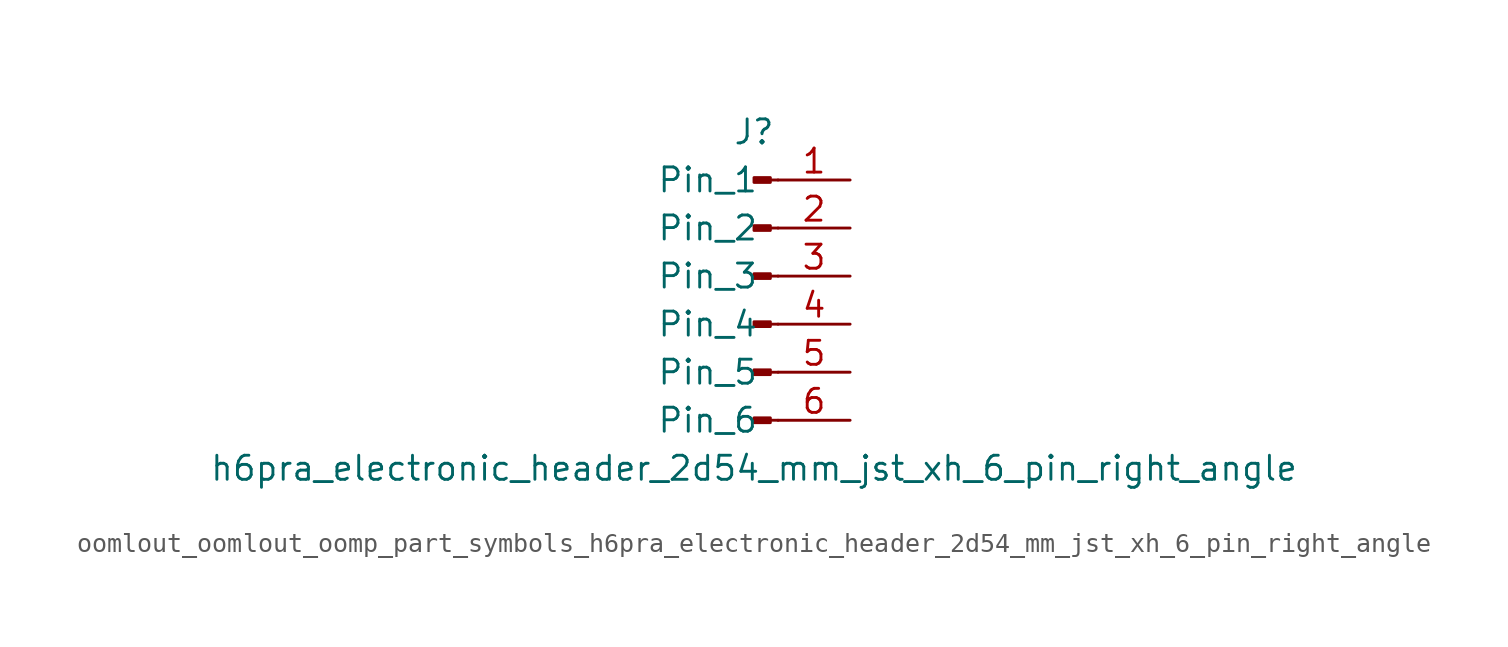
<source format=kicad_sym>
(kicad_symbol_lib
  (version 20220914)
  (generator kicad_symbol_editor)
  (symbol "oomlout_oomlout_oomp_part_symbols_h6pra_electronic_header_2d54_mm_jst_xh_6_pin_right_angle"
    (pin_names
      (offset 1.016))
    (property "Reference" "J"
      (at 0 7.62 0)
      (effects (font (size 1.27 1.27))))
    (property "Value" "h6pra_electronic_header_2d54_mm_jst_xh_6_pin_right_angle"
      (at 0 -10.16 0)
      (effects (font (size 1.27 1.27))))
    (property "ki_locked" ""
      (at 0 0 0)
      (effects (font (size 1.27 1.27))))
    (symbol "oomlout_oomlout_oomp_part_symbols_h6pra_electronic_header_2d54_mm_jst_xh_6_pin_right_angle_1_1"
      (polyline (pts (xy 1.27 -7.62) (xy 0.864 -7.62)) (stroke (width 0.152) (type default)) (fill (type none)))
      (polyline (pts (xy 1.27 -5.08) (xy 0.864 -5.08)) (stroke (width 0.152) (type default)) (fill (type none)))
      (polyline (pts (xy 1.27 -2.54) (xy 0.864 -2.54)) (stroke (width 0.152) (type default)) (fill (type none)))
      (polyline (pts (xy 1.27 0) (xy 0.864 0)) (stroke (width 0.152) (type default)) (fill (type none)))
      (polyline (pts (xy 1.27 2.54) (xy 0.864 2.54)) (stroke (width 0.152) (type default)) (fill (type none)))
      (polyline (pts (xy 1.27 5.08) (xy 0.864 5.08)) (stroke (width 0.152) (type default)) (fill (type none)))
      (rectangle (start 0.864 -7.493) (end 0 -7.747) (stroke (width 0.152) (type default)) (fill (type outline)))
      (rectangle (start 0.864 -4.953) (end 0 -5.207) (stroke (width 0.152) (type default)) (fill (type outline)))
      (rectangle (start 0.864 -2.413) (end 0 -2.667) (stroke (width 0.152) (type default)) (fill (type outline)))
      (rectangle (start 0.864 0.127) (end 0 -0.127) (stroke (width 0.152) (type default)) (fill (type outline)))
      (rectangle (start 0.864 2.667) (end 0 2.413) (stroke (width 0.152) (type default)) (fill (type outline)))
      (rectangle (start 0.864 5.207) (end 0 4.953) (stroke (width 0.152) (type default)) (fill (type outline)))
      (pin passive line (at 5.08 5.08 180) (length 3.81) (name "Pin_1" (effects (font (size 1.27 1.27)))) (number "1" (effects (font (size 1.27 1.27)))))
      (pin passive line (at 5.08 2.54 180) (length 3.81) (name "Pin_2" (effects (font (size 1.27 1.27)))) (number "2" (effects (font (size 1.27 1.27)))))
      (pin passive line (at 5.08 0 180) (length 3.81) (name "Pin_3" (effects (font (size 1.27 1.27)))) (number "3" (effects (font (size 1.27 1.27)))))
      (pin passive line (at 5.08 -2.54 180) (length 3.81) (name "Pin_4" (effects (font (size 1.27 1.27)))) (number "4" (effects (font (size 1.27 1.27)))))
      (pin passive line (at 5.08 -5.08 180) (length 3.81) (name "Pin_5" (effects (font (size 1.27 1.27)))) (number "5" (effects (font (size 1.27 1.27)))))
      (pin passive line (at 5.08 -7.62 180) (length 3.81) (name "Pin_6" (effects (font (size 1.27 1.27)))) (number "6" (effects (font (size 1.27 1.27))))))))
</source>
